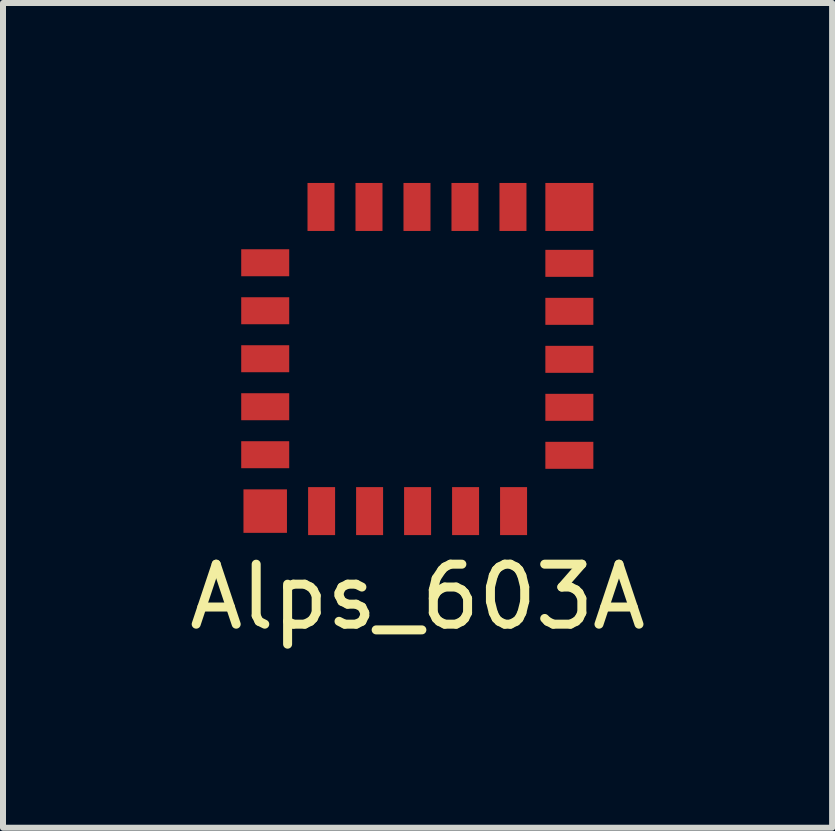
<source format=kicad_pcb>
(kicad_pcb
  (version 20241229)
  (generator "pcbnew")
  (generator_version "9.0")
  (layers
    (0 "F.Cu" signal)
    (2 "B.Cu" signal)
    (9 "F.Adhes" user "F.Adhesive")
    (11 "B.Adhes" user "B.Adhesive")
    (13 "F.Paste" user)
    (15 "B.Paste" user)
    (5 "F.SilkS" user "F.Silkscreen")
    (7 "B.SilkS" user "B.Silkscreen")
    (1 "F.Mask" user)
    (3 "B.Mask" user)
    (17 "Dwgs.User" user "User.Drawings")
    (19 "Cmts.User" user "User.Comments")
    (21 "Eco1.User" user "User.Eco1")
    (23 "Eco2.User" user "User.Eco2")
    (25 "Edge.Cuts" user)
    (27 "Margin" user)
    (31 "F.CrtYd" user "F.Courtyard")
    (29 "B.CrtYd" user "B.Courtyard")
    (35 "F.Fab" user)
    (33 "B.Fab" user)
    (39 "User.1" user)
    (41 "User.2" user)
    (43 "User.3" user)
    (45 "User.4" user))
  (footprint "Alps_603A"
    (layer "F.Cu")
    (at 3.911 2.93)
    (property "Reference" "Alps_603A" (at 0 3.97 0) (layer "F.SilkS") (effects (font (size 1 1) (thickness 0.15))))
    (attr through_hole)
    (pad "1" smd rect (at -2.54 2.54) (size 0.725 0.725) (layers "F.Cu" "F.Mask" "F.Paste"))
    (pad "2" smd rect (at -1.6 2.54) (size 0.45 0.8) (layers "F.Cu" "F.Mask" "F.Paste"))
    (pad "3" smd rect (at -0.8 2.54) (size 0.45 0.8) (layers "F.Cu" "F.Mask" "F.Paste"))
    (pad "4" smd rect (at 0 2.54) (size 0.45 0.8) (layers "F.Cu" "F.Mask" "F.Paste"))
    (pad "5" smd rect (at 0.8 2.54) (size 0.45 0.8) (layers "F.Cu" "F.Mask" "F.Paste"))
    (pad "6" smd rect (at 1.6 2.54) (size 0.45 0.8) (layers "F.Cu" "F.Mask" "F.Paste"))
    (pad "7" smd rect (at 2.53 1.61 90) (size 0.45 0.8) (layers "F.Cu" "F.Mask" "F.Paste"))
    (pad "8" smd rect (at 2.53 0.81 90) (size 0.45 0.8) (layers "F.Cu" "F.Mask" "F.Paste"))
    (pad "9" smd rect (at 2.53 0.01 90) (size 0.45 0.8) (layers "F.Cu" "F.Mask" "F.Paste"))
    (pad "10" smd rect (at 2.53 -0.79 90) (size 0.45 0.8) (layers "F.Cu" "F.Mask" "F.Paste"))
    (pad "11" smd rect (at 2.53 -1.59 90) (size 0.45 0.8) (layers "F.Cu" "F.Mask" "F.Paste"))
    (pad "12" smd rect (at 2.53 -2.53) (size 0.8 0.8) (layers "F.Cu" "F.Mask" "F.Paste"))
    (pad "13" smd rect (at 1.59 -2.53) (size 0.45 0.8) (layers "F.Cu" "F.Mask" "F.Paste"))
    (pad "14" smd rect (at 0.79 -2.53) (size 0.45 0.8) (layers "F.Cu" "F.Mask" "F.Paste"))
    (pad "15" smd rect (at -0.01 -2.53) (size 0.45 0.8) (layers "F.Cu" "F.Mask" "F.Paste"))
    (pad "16" smd rect (at -0.81 -2.53) (size 0.45 0.8) (layers "F.Cu" "F.Mask" "F.Paste"))
    (pad "17" smd rect (at -1.61 -2.53) (size 0.45 0.8) (layers "F.Cu" "F.Mask" "F.Paste"))
    (pad "18" smd rect (at -2.54 -1.6 90) (size 0.45 0.8) (layers "F.Cu" "F.Mask" "F.Paste"))
    (pad "19" smd rect (at -2.54 -0.8 90) (size 0.45 0.8) (layers "F.Cu" "F.Mask" "F.Paste"))
    (pad "20" smd rect (at -2.54 0 90) (size 0.45 0.8) (layers "F.Cu" "F.Mask" "F.Paste"))
    (pad "21" smd rect (at -2.54 0.8 90) (size 0.45 0.8) (layers "F.Cu" "F.Mask" "F.Paste"))
    (pad "22" smd rect (at -2.54 1.6 90) (size 0.45 0.8) (layers "F.Cu" "F.Mask" "F.Paste")))
  (gr_rect
    (start -3 -3)
    (end 10.821 10.748)
    (stroke (width 0.1) (type default))
    (fill no)
    (layer "Edge.Cuts")))
</source>
